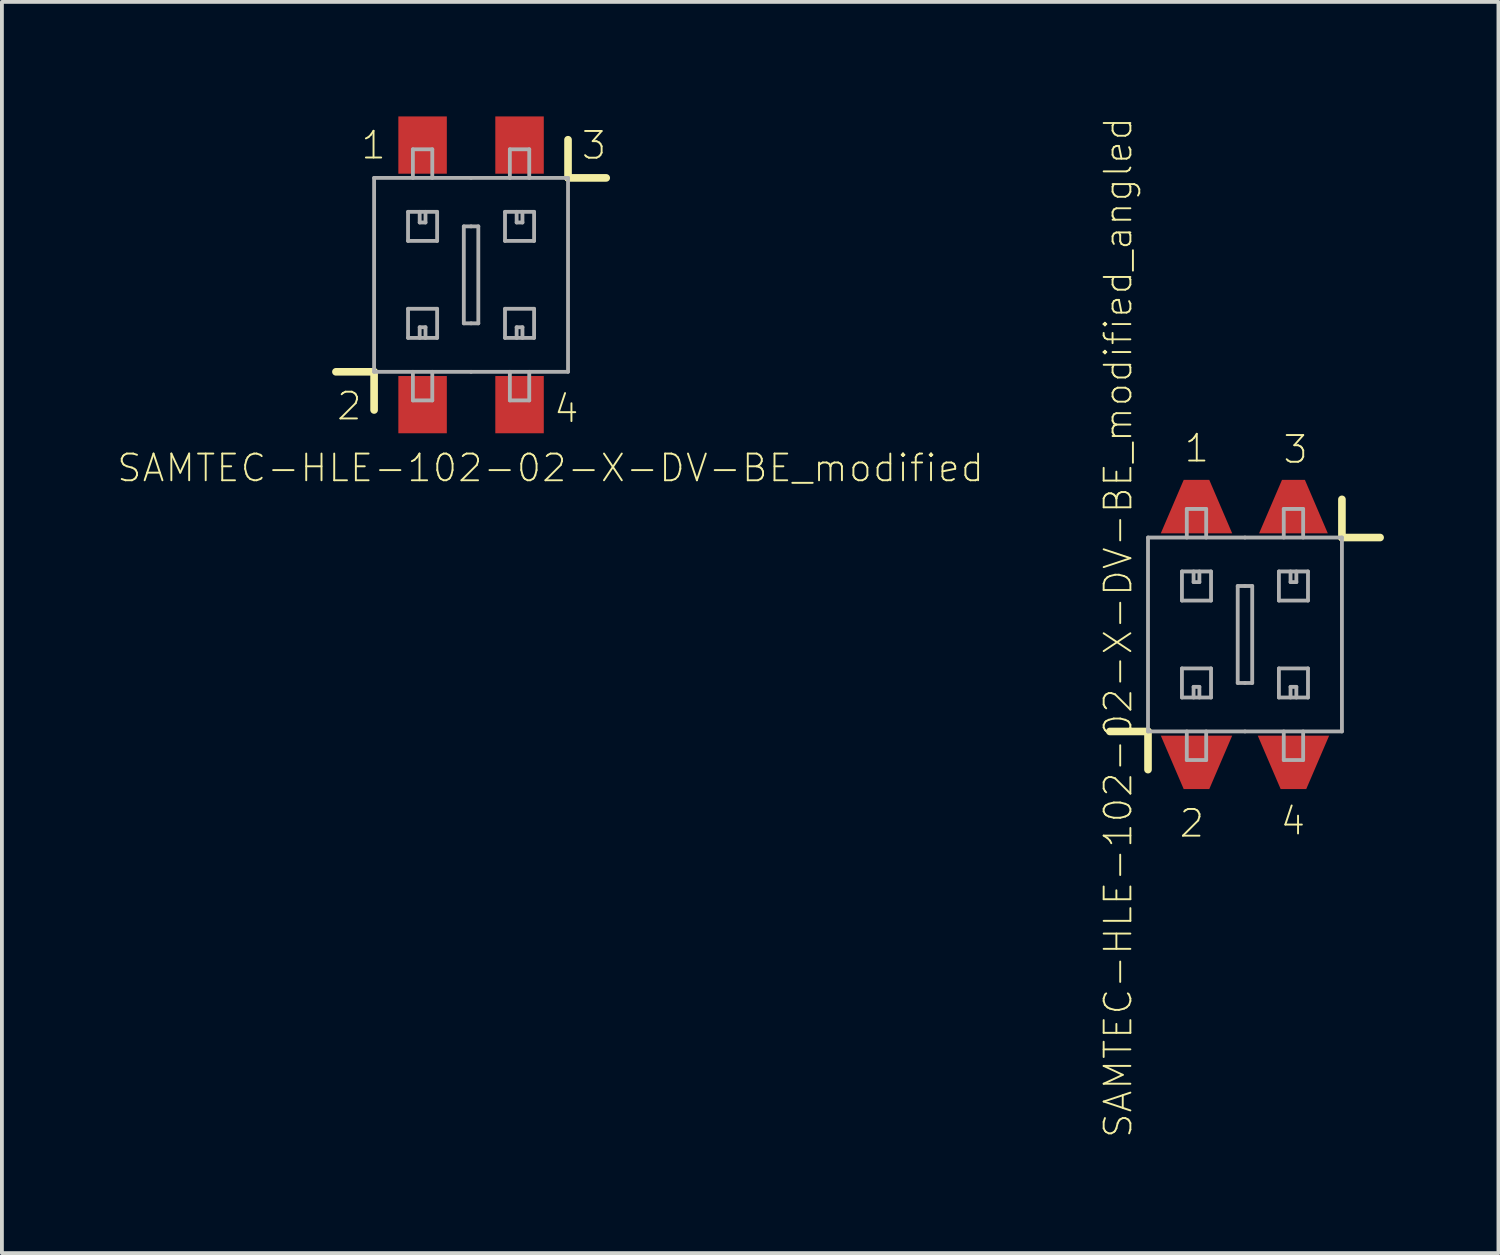
<source format=kicad_pcb>
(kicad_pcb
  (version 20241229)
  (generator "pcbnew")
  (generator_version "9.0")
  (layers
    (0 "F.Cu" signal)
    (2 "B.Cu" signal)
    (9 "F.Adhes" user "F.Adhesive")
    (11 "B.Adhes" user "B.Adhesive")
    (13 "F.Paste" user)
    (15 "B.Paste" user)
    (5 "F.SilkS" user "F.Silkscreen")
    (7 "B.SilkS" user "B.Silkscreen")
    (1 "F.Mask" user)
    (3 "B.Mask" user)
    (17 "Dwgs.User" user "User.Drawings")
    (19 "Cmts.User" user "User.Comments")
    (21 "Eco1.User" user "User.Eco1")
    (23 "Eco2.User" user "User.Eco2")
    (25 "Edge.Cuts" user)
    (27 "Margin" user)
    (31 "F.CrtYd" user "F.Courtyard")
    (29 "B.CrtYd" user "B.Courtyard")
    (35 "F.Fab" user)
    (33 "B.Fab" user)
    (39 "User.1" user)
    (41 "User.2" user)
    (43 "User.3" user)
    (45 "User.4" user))
  (footprint "SAMTEC-HLE-102-02-X-DV-BE_modified"
    (layer "F.Cu")
    (at 9.29 4.15)
    (property "Reference" "SAMTEC-HLE-102-02-X-DV-BE_modified" (at 2.082 5.06 0) (layer "F.SilkS") (effects (font (size 0.7 0.7) (thickness 0.05))))
    (attr smd)
    (fp_line (start -2.54 2.54) (end -3.54 2.54) (stroke (width 0.2) (type solid)) (layer "F.SilkS"))
    (fp_line (start -2.54 3.54) (end -2.54 2.54) (stroke (width 0.2) (type solid)) (layer "F.SilkS"))
    (fp_line (start 2.54 -3.54) (end 2.54 -2.54) (stroke (width 0.2) (type solid)) (layer "F.SilkS"))
    (fp_line (start 2.54 -2.54) (end 3.54 -2.54) (stroke (width 0.2) (type solid)) (layer "F.SilkS"))
    (fp_line (start -2.54 -2.54) (end 0 -2.54) (stroke (width 0.1) (type solid)) (layer "F.Fab"))
    (fp_line (start -2.54 2.54) (end -2.54 -2.54) (stroke (width 0.1) (type solid)) (layer "F.Fab"))
    (fp_line (start -1.651 -1.651) (end -0.889 -1.651) (stroke (width 0.1) (type solid)) (layer "F.Fab"))
    (fp_line (start -1.651 -0.889) (end -1.651 -1.651) (stroke (width 0.1) (type solid)) (layer "F.Fab"))
    (fp_line (start -1.651 0.889) (end -0.889 0.889) (stroke (width 0.1) (type solid)) (layer "F.Fab"))
    (fp_line (start -1.651 1.651) (end -1.651 0.889) (stroke (width 0.1) (type solid)) (layer "F.Fab"))
    (fp_line (start -1.524 -3.289) (end -1.016 -3.289) (stroke (width 0.1) (type solid)) (layer "F.Fab"))
    (fp_line (start -1.524 -2.54) (end -1.524 -3.289) (stroke (width 0.1) (type solid)) (layer "F.Fab"))
    (fp_line (start -1.524 3.289) (end -1.524 2.54) (stroke (width 0.1) (type solid)) (layer "F.Fab"))
    (fp_line (start -1.346 -1.651) (end -1.346 -1.372) (stroke (width 0.1) (type solid)) (layer "F.Fab"))
    (fp_line (start -1.346 -1.372) (end -1.194 -1.372) (stroke (width 0.1) (type solid)) (layer "F.Fab"))
    (fp_line (start -1.346 1.372) (end -1.194 1.372) (stroke (width 0.1) (type solid)) (layer "F.Fab"))
    (fp_line (start -1.346 1.651) (end -1.346 1.372) (stroke (width 0.1) (type solid)) (layer "F.Fab"))
    (fp_line (start -1.194 -1.372) (end -1.194 -1.651) (stroke (width 0.1) (type solid)) (layer "F.Fab"))
    (fp_line (start -1.194 1.372) (end -1.194 1.651) (stroke (width 0.1) (type solid)) (layer "F.Fab"))
    (fp_line (start -1.016 -3.289) (end -1.016 -2.54) (stroke (width 0.1) (type solid)) (layer "F.Fab"))
    (fp_line (start -1.016 2.54) (end -1.016 3.289) (stroke (width 0.1) (type solid)) (layer "F.Fab"))
    (fp_line (start -1.016 3.289) (end -1.524 3.289) (stroke (width 0.1) (type solid)) (layer "F.Fab"))
    (fp_line (start -0.889 -1.651) (end -0.889 -0.889) (stroke (width 0.1) (type solid)) (layer "F.Fab"))
    (fp_line (start -0.889 -0.889) (end -1.651 -0.889) (stroke (width 0.1) (type solid)) (layer "F.Fab"))
    (fp_line (start -0.889 0.889) (end -0.889 1.651) (stroke (width 0.1) (type solid)) (layer "F.Fab"))
    (fp_line (start -0.889 1.651) (end -1.651 1.651) (stroke (width 0.1) (type solid)) (layer "F.Fab"))
    (fp_line (start -0.19 1.27) (end -0.19 -1.27) (stroke (width 0.1) (type solid)) (layer "F.Fab"))
    (fp_line (start -0.19 -1.27) (end -0.000001 -1.27) (stroke (width 0.1) (type solid)) (layer "F.Fab"))
    (fp_line (start 0 2.54) (end -2.54 2.54) (stroke (width 0.1) (type solid)) (layer "F.Fab"))
    (fp_line (start 0 2.54) (end 2.54 2.54) (stroke (width 0.1) (type solid)) (layer "F.Fab"))
    (fp_line (start 0.000001 1.27) (end -0.19 1.27) (stroke (width 0.1) (type solid)) (layer "F.Fab"))
    (fp_line (start 0.000001 1.27) (end 0.19 1.27) (stroke (width 0.1) (type solid)) (layer "F.Fab"))
    (fp_line (start 0.19 1.27) (end 0.19 -1.27) (stroke (width 0.1) (type solid)) (layer "F.Fab"))
    (fp_line (start 0.19 -1.27) (end -0.000001 -1.27) (stroke (width 0.1) (type solid)) (layer "F.Fab"))
    (fp_line (start 0.889 -1.651) (end 0.889 -0.889) (stroke (width 0.1) (type solid)) (layer "F.Fab"))
    (fp_line (start 0.889 -0.889) (end 1.651 -0.889) (stroke (width 0.1) (type solid)) (layer "F.Fab"))
    (fp_line (start 0.889 0.889) (end 0.889 1.651) (stroke (width 0.1) (type solid)) (layer "F.Fab"))
    (fp_line (start 0.889 1.651) (end 1.651 1.651) (stroke (width 0.1) (type solid)) (layer "F.Fab"))
    (fp_line (start 1.016 -3.289) (end 1.016 -2.54) (stroke (width 0.1) (type solid)) (layer "F.Fab"))
    (fp_line (start 1.016 2.54) (end 1.016 3.289) (stroke (width 0.1) (type solid)) (layer "F.Fab"))
    (fp_line (start 1.016 3.289) (end 1.524 3.289) (stroke (width 0.1) (type solid)) (layer "F.Fab"))
    (fp_line (start 1.194 -1.372) (end 1.194 -1.651) (stroke (width 0.1) (type solid)) (layer "F.Fab"))
    (fp_line (start 1.194 1.372) (end 1.194 1.651) (stroke (width 0.1) (type solid)) (layer "F.Fab"))
    (fp_line (start 1.346 -1.651) (end 1.346 -1.372) (stroke (width 0.1) (type solid)) (layer "F.Fab"))
    (fp_line (start 1.346 -1.372) (end 1.194 -1.372) (stroke (width 0.1) (type solid)) (layer "F.Fab"))
    (fp_line (start 1.346 1.372) (end 1.194 1.372) (stroke (width 0.1) (type solid)) (layer "F.Fab"))
    (fp_line (start 1.346 1.651) (end 1.346 1.372) (stroke (width 0.1) (type solid)) (layer "F.Fab"))
    (fp_line (start 1.524 -3.289) (end 1.016 -3.289) (stroke (width 0.1) (type solid)) (layer "F.Fab"))
    (fp_line (start 1.524 -2.54) (end 1.524 -3.289) (stroke (width 0.1) (type solid)) (layer "F.Fab"))
    (fp_line (start 1.524 3.289) (end 1.524 2.54) (stroke (width 0.1) (type solid)) (layer "F.Fab"))
    (fp_line (start 1.651 -1.651) (end 0.889 -1.651) (stroke (width 0.1) (type solid)) (layer "F.Fab"))
    (fp_line (start 1.651 -0.889) (end 1.651 -1.651) (stroke (width 0.1) (type solid)) (layer "F.Fab"))
    (fp_line (start 1.651 0.889) (end 0.889 0.889) (stroke (width 0.1) (type solid)) (layer "F.Fab"))
    (fp_line (start 1.651 1.651) (end 1.651 0.889) (stroke (width 0.1) (type solid)) (layer "F.Fab"))
    (fp_line (start 2.54 -2.54) (end 0 -2.54) (stroke (width 0.1) (type solid)) (layer "F.Fab"))
    (fp_line (start 2.54 2.54) (end 2.54 -2.54) (stroke (width 0.1) (type solid)) (layer "F.Fab"))
    (fp_text user "3" (at 3.22 -3.39 0) (layer "F.SilkS") (effects (font (size 0.7 0.7) (thickness 0.05))))
    (fp_text user "2" (at -3.19 3.44 0) (layer "F.SilkS") (effects (font (size 0.7 0.7) (thickness 0.05))))
    (fp_text user "1" (at -2.555 -3.395 0) (layer "F.SilkS") (effects (font (size 0.7 0.7) (thickness 0.05))))
    (fp_text user "4" (at 2.496 3.509 0) (layer "F.SilkS") (effects (font (size 0.7 0.7) (thickness 0.05))))
    (pad "1" smd rect (at -1.27 -3.4) (size 1.27 1.5) (layers "F.Cu" "F.Mask" "F.Paste"))
    (pad "2" smd rect (at -1.27 3.4) (size 1.27 1.5) (layers "F.Cu" "F.Mask" "F.Paste"))
    (pad "3" smd rect (at 1.27 -3.4) (size 1.27 1.5) (layers "F.Cu" "F.Mask" "F.Paste"))
    (pad "4" smd rect (at 1.27 3.4) (size 1.27 1.5) (layers "F.Cu" "F.Mask" "F.Paste")))
  (footprint "SAMTEC-HLE-102-02-X-DV-BE_modified_angled"
    (layer "F.Cu")
    (at 29.563 13.571)
    (property "Reference" "SAMTEC-HLE-102-02-X-DV-BE_modified_angled" (at -3.323 -0.182 90) (layer "F.SilkS") (effects (font (size 0.7 0.7) (thickness 0.05))))
    (attr smd)
    (fp_line (start -2.54 2.54) (end -3.54 2.54) (stroke (width 0.2) (type solid)) (layer "F.SilkS"))
    (fp_line (start -2.54 3.54) (end -2.54 2.54) (stroke (width 0.2) (type solid)) (layer "F.SilkS"))
    (fp_line (start 2.54 -3.54) (end 2.54 -2.54) (stroke (width 0.2) (type solid)) (layer "F.SilkS"))
    (fp_line (start 2.54 -2.54) (end 3.54 -2.54) (stroke (width 0.2) (type solid)) (layer "F.SilkS"))
    (fp_line (start -2.54 -2.54) (end 0 -2.54) (stroke (width 0.1) (type solid)) (layer "F.Fab"))
    (fp_line (start -2.54 2.54) (end -2.54 -2.54) (stroke (width 0.1) (type solid)) (layer "F.Fab"))
    (fp_line (start -1.651 -1.651) (end -0.889 -1.651) (stroke (width 0.1) (type solid)) (layer "F.Fab"))
    (fp_line (start -1.651 -0.889) (end -1.651 -1.651) (stroke (width 0.1) (type solid)) (layer "F.Fab"))
    (fp_line (start -1.651 0.889) (end -0.889 0.889) (stroke (width 0.1) (type solid)) (layer "F.Fab"))
    (fp_line (start -1.651 1.651) (end -1.651 0.889) (stroke (width 0.1) (type solid)) (layer "F.Fab"))
    (fp_line (start -1.524 -3.289) (end -1.016 -3.289) (stroke (width 0.1) (type solid)) (layer "F.Fab"))
    (fp_line (start -1.524 -2.54) (end -1.524 -3.289) (stroke (width 0.1) (type solid)) (layer "F.Fab"))
    (fp_line (start -1.524 3.289) (end -1.524 2.54) (stroke (width 0.1) (type solid)) (layer "F.Fab"))
    (fp_line (start -1.346 -1.651) (end -1.346 -1.372) (stroke (width 0.1) (type solid)) (layer "F.Fab"))
    (fp_line (start -1.346 -1.372) (end -1.194 -1.372) (stroke (width 0.1) (type solid)) (layer "F.Fab"))
    (fp_line (start -1.346 1.372) (end -1.194 1.372) (stroke (width 0.1) (type solid)) (layer "F.Fab"))
    (fp_line (start -1.346 1.651) (end -1.346 1.372) (stroke (width 0.1) (type solid)) (layer "F.Fab"))
    (fp_line (start -1.194 -1.372) (end -1.194 -1.651) (stroke (width 0.1) (type solid)) (layer "F.Fab"))
    (fp_line (start -1.194 1.372) (end -1.194 1.651) (stroke (width 0.1) (type solid)) (layer "F.Fab"))
    (fp_line (start -1.016 -3.289) (end -1.016 -2.54) (stroke (width 0.1) (type solid)) (layer "F.Fab"))
    (fp_line (start -1.016 2.54) (end -1.016 3.289) (stroke (width 0.1) (type solid)) (layer "F.Fab"))
    (fp_line (start -1.016 3.289) (end -1.524 3.289) (stroke (width 0.1) (type solid)) (layer "F.Fab"))
    (fp_line (start -0.889 -1.651) (end -0.889 -0.889) (stroke (width 0.1) (type solid)) (layer "F.Fab"))
    (fp_line (start -0.889 -0.889) (end -1.651 -0.889) (stroke (width 0.1) (type solid)) (layer "F.Fab"))
    (fp_line (start -0.889 0.889) (end -0.889 1.651) (stroke (width 0.1) (type solid)) (layer "F.Fab"))
    (fp_line (start -0.889 1.651) (end -1.651 1.651) (stroke (width 0.1) (type solid)) (layer "F.Fab"))
    (fp_line (start -0.19 1.27) (end -0.19 -1.27) (stroke (width 0.1) (type solid)) (layer "F.Fab"))
    (fp_line (start -0.19 -1.27) (end -0.000001 -1.27) (stroke (width 0.1) (type solid)) (layer "F.Fab"))
    (fp_line (start 0 2.54) (end -2.54 2.54) (stroke (width 0.1) (type solid)) (layer "F.Fab"))
    (fp_line (start 0 2.54) (end 2.54 2.54) (stroke (width 0.1) (type solid)) (layer "F.Fab"))
    (fp_line (start 0.000001 1.27) (end -0.19 1.27) (stroke (width 0.1) (type solid)) (layer "F.Fab"))
    (fp_line (start 0.000001 1.27) (end 0.19 1.27) (stroke (width 0.1) (type solid)) (layer "F.Fab"))
    (fp_line (start 0.19 1.27) (end 0.19 -1.27) (stroke (width 0.1) (type solid)) (layer "F.Fab"))
    (fp_line (start 0.19 -1.27) (end -0.000001 -1.27) (stroke (width 0.1) (type solid)) (layer "F.Fab"))
    (fp_line (start 0.889 -1.651) (end 0.889 -0.889) (stroke (width 0.1) (type solid)) (layer "F.Fab"))
    (fp_line (start 0.889 -0.889) (end 1.651 -0.889) (stroke (width 0.1) (type solid)) (layer "F.Fab"))
    (fp_line (start 0.889 0.889) (end 0.889 1.651) (stroke (width 0.1) (type solid)) (layer "F.Fab"))
    (fp_line (start 0.889 1.651) (end 1.651 1.651) (stroke (width 0.1) (type solid)) (layer "F.Fab"))
    (fp_line (start 1.016 -3.289) (end 1.016 -2.54) (stroke (width 0.1) (type solid)) (layer "F.Fab"))
    (fp_line (start 1.016 2.54) (end 1.016 3.289) (stroke (width 0.1) (type solid)) (layer "F.Fab"))
    (fp_line (start 1.016 3.289) (end 1.524 3.289) (stroke (width 0.1) (type solid)) (layer "F.Fab"))
    (fp_line (start 1.194 -1.372) (end 1.194 -1.651) (stroke (width 0.1) (type solid)) (layer "F.Fab"))
    (fp_line (start 1.194 1.372) (end 1.194 1.651) (stroke (width 0.1) (type solid)) (layer "F.Fab"))
    (fp_line (start 1.346 -1.651) (end 1.346 -1.372) (stroke (width 0.1) (type solid)) (layer "F.Fab"))
    (fp_line (start 1.346 -1.372) (end 1.194 -1.372) (stroke (width 0.1) (type solid)) (layer "F.Fab"))
    (fp_line (start 1.346 1.372) (end 1.194 1.372) (stroke (width 0.1) (type solid)) (layer "F.Fab"))
    (fp_line (start 1.346 1.651) (end 1.346 1.372) (stroke (width 0.1) (type solid)) (layer "F.Fab"))
    (fp_line (start 1.524 -3.289) (end 1.016 -3.289) (stroke (width 0.1) (type solid)) (layer "F.Fab"))
    (fp_line (start 1.524 -2.54) (end 1.524 -3.289) (stroke (width 0.1) (type solid)) (layer "F.Fab"))
    (fp_line (start 1.524 3.289) (end 1.524 2.54) (stroke (width 0.1) (type solid)) (layer "F.Fab"))
    (fp_line (start 1.651 -1.651) (end 0.889 -1.651) (stroke (width 0.1) (type solid)) (layer "F.Fab"))
    (fp_line (start 1.651 -0.889) (end 1.651 -1.651) (stroke (width 0.1) (type solid)) (layer "F.Fab"))
    (fp_line (start 1.651 0.889) (end 0.889 0.889) (stroke (width 0.1) (type solid)) (layer "F.Fab"))
    (fp_line (start 1.651 1.651) (end 1.651 0.889) (stroke (width 0.1) (type solid)) (layer "F.Fab"))
    (fp_line (start 2.54 -2.54) (end 0 -2.54) (stroke (width 0.1) (type solid)) (layer "F.Fab"))
    (fp_line (start 2.54 2.54) (end 2.54 -2.54) (stroke (width 0.1) (type solid)) (layer "F.Fab"))
    (fp_text user "2" (at -1.392 4.949 0) (layer "F.SilkS") (effects (font (size 0.7 0.7) (thickness 0.05))))
    (fp_text user "3" (at 1.326 -4.846 0) (layer "F.SilkS") (effects (font (size 0.7 0.7) (thickness 0.05))))
    (fp_text user "4" (at 1.257 4.891 0) (layer "F.SilkS") (effects (font (size 0.7 0.7) (thickness 0.05))))
    (fp_text user "1" (at -1.263 -4.878 0) (layer "F.SilkS") (effects (font (size 0.7 0.7) (thickness 0.05))))
    (pad "1" smd trapezoid (at -1.27 -3.35) (size 1.27 1.4) (rect_delta 0 0.6) (layers "F.Cu" "F.Mask" "F.Paste"))
    (pad "2" smd trapezoid (at -1.27 3.35 180) (size 1.27 1.4) (rect_delta 0 0.6) (layers "F.Cu" "F.Mask" "F.Paste"))
    (pad "3" smd trapezoid (at 1.27 -3.35) (size 1.2 1.4) (rect_delta 0 0.6) (layers "F.Cu" "F.Mask" "F.Paste"))
    (pad "4" smd trapezoid (at 1.27 3.35 180) (size 1.27 1.4) (rect_delta 0 0.6) (layers "F.Cu" "F.Mask" "F.Paste")))
  (gr_rect
    (start -3 -3)
    (end 36.203 29.777)
    (stroke (width 0.1) (type default))
    (fill no)
    (layer "Edge.Cuts")))
</source>
